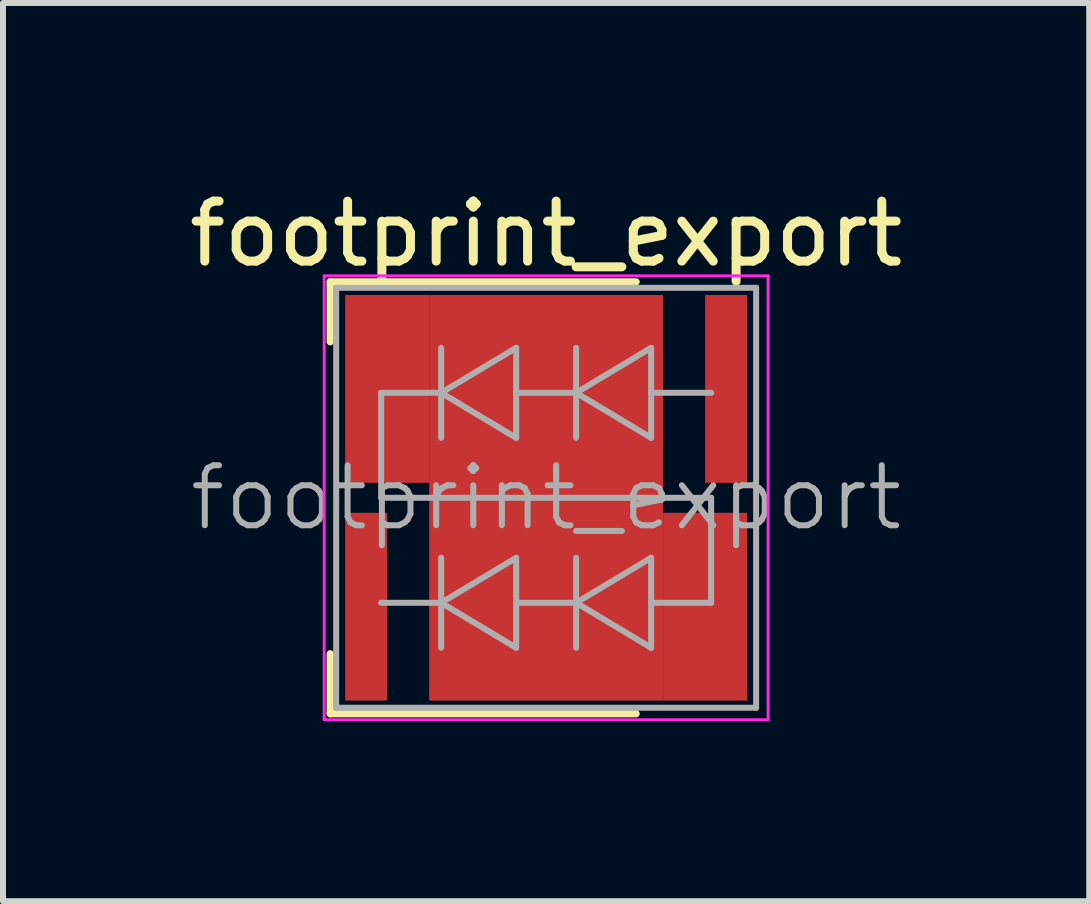
<source format=kicad_pcb>
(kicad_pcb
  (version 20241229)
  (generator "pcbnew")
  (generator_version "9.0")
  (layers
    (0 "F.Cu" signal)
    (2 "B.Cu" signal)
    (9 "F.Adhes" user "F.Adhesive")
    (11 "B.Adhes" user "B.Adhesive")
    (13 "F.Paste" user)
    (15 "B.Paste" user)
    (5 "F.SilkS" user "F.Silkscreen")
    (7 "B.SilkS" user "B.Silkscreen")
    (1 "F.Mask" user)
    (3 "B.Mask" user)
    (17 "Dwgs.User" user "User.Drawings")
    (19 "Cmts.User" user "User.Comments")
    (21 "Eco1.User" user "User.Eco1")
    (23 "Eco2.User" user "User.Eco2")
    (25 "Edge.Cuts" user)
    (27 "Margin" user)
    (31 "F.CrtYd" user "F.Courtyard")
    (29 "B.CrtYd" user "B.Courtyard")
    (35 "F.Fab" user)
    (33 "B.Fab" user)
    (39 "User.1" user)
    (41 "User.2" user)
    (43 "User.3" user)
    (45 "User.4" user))
  (footprint "footprint_export"
    (layer "F.Cu")
    (at 6.054 5.248)
    (property "Reference" "footprint_export" (at 0 -4.4 0) (layer "F.SilkS") (effects (font (size 1 1) (thickness 0.15))))
    (attr smd)
    (fp_line (start -3.6 -3.6) (end -3.6 -2.6) (stroke (width 0.12) (type solid)) (layer "F.SilkS"))
    (fp_line (start -3.6 3.6) (end -3.6 2.6) (stroke (width 0.12) (type solid)) (layer "F.SilkS"))
    (fp_line (start 1.5 -3.6) (end -3.6 -3.6) (stroke (width 0.12) (type solid)) (layer "F.SilkS"))
    (fp_line (start 1.5 3.6) (end -3.6 3.6) (stroke (width 0.12) (type solid)) (layer "F.SilkS"))
    (fp_line (start -3.7 -3.7) (end -3.7 3.7) (stroke (width 0.05) (type solid)) (layer "F.CrtYd"))
    (fp_line (start -3.7 3.7) (end 3.7 3.7) (stroke (width 0.05) (type solid)) (layer "F.CrtYd"))
    (fp_line (start 3.7 -3.7) (end -3.7 -3.7) (stroke (width 0.05) (type solid)) (layer "F.CrtYd"))
    (fp_line (start 3.7 3.7) (end 3.7 -3.7) (stroke (width 0.05) (type solid)) (layer "F.CrtYd"))
    (fp_line (start -3.5 -3.5) (end -3.5 3.5) (stroke (width 0.1) (type solid)) (layer "F.Fab"))
    (fp_line (start -3.5 3.5) (end 3.5 3.5) (stroke (width 0.1) (type solid)) (layer "F.Fab"))
    (fp_line (start -2.75 -1.75) (end -2.75 0) (stroke (width 0.1) (type solid)) (layer "F.Fab"))
    (fp_line (start -2.75 -1.75) (end -1.75 -1.75) (stroke (width 0.1) (type solid)) (layer "F.Fab"))
    (fp_line (start -2.75 0) (end 2.75 0) (stroke (width 0.1) (type solid)) (layer "F.Fab"))
    (fp_line (start -2.75 1.75) (end -1.75 1.75) (stroke (width 0.1) (type solid)) (layer "F.Fab"))
    (fp_line (start -1.75 -1.75) (end -1.75 -2.5) (stroke (width 0.1) (type solid)) (layer "F.Fab"))
    (fp_line (start -1.75 -1.75) (end -1.75 -1) (stroke (width 0.1) (type solid)) (layer "F.Fab"))
    (fp_line (start -1.75 -1.75) (end -0.5 -1) (stroke (width 0.1) (type solid)) (layer "F.Fab"))
    (fp_line (start -1.75 1.75) (end -1.75 1) (stroke (width 0.1) (type solid)) (layer "F.Fab"))
    (fp_line (start -1.75 1.75) (end -1.75 2.5) (stroke (width 0.1) (type solid)) (layer "F.Fab"))
    (fp_line (start -1.75 1.75) (end -0.5 2.5) (stroke (width 0.1) (type solid)) (layer "F.Fab"))
    (fp_line (start -0.5 -2.5) (end -1.75 -1.75) (stroke (width 0.1) (type solid)) (layer "F.Fab"))
    (fp_line (start -0.5 -1.75) (end 0.5 -1.75) (stroke (width 0.1) (type solid)) (layer "F.Fab"))
    (fp_line (start -0.5 -1) (end -0.5 -2.5) (stroke (width 0.1) (type solid)) (layer "F.Fab"))
    (fp_line (start -0.5 1) (end -1.75 1.75) (stroke (width 0.1) (type solid)) (layer "F.Fab"))
    (fp_line (start -0.5 1.75) (end 0.5 1.75) (stroke (width 0.1) (type solid)) (layer "F.Fab"))
    (fp_line (start -0.5 2.5) (end -0.5 1) (stroke (width 0.1) (type solid)) (layer "F.Fab"))
    (fp_line (start 0.5 -2.5) (end 0.5 -1) (stroke (width 0.1) (type solid)) (layer "F.Fab"))
    (fp_line (start 0.5 -1.75) (end 1.75 -2.5) (stroke (width 0.1) (type solid)) (layer "F.Fab"))
    (fp_line (start 0.5 1) (end 0.5 2.5) (stroke (width 0.1) (type solid)) (layer "F.Fab"))
    (fp_line (start 0.5 1.75) (end 1.75 1) (stroke (width 0.1) (type solid)) (layer "F.Fab"))
    (fp_line (start 1.75 -1.75) (end 1.75 -2.5) (stroke (width 0.1) (type solid)) (layer "F.Fab"))
    (fp_line (start 1.75 -1.75) (end 1.75 -1) (stroke (width 0.1) (type solid)) (layer "F.Fab"))
    (fp_line (start 1.75 -1) (end 0.5 -1.75) (stroke (width 0.1) (type solid)) (layer "F.Fab"))
    (fp_line (start 1.75 1.75) (end 1.75 1) (stroke (width 0.1) (type solid)) (layer "F.Fab"))
    (fp_line (start 1.75 1.75) (end 1.75 2.5) (stroke (width 0.1) (type solid)) (layer "F.Fab"))
    (fp_line (start 1.75 2.5) (end 0.5 1.75) (stroke (width 0.1) (type solid)) (layer "F.Fab"))
    (fp_line (start 2.75 -1.75) (end 1.75 -1.75) (stroke (width 0.1) (type solid)) (layer "F.Fab"))
    (fp_line (start 2.75 0) (end 2.75 1.75) (stroke (width 0.1) (type solid)) (layer "F.Fab"))
    (fp_line (start 2.75 1.75) (end 1.75 1.75) (stroke (width 0.1) (type solid)) (layer "F.Fab"))
    (fp_line (start 3.5 -3.5) (end -3.5 -3.5) (stroke (width 0.1) (type solid)) (layer "F.Fab"))
    (fp_line (start 3.5 3.5) (end 3.5 -3.5) (stroke (width 0.1) (type solid)) (layer "F.Fab"))
    (fp_text user "${REFERENCE}" (at 0 0 0) (layer "F.Fab") (effects (font (size 1 1) (thickness 0.1))))
    (pad "" smd rect (at -3 -1.815) (size 0.7 3.13) (layers "F.Paste"))
    (pad "" smd rect (at -0.77 -2.31) (size 1.29 1.29) (layers "F.Paste"))
    (pad "" smd rect (at -0.77 -0.77) (size 1.29 1.29) (layers "F.Paste"))
    (pad "" smd rect (at -0.77 0.77) (size 1.29 1.29) (layers "F.Paste"))
    (pad "" smd rect (at -0.77 2.31) (size 1.29 1.29) (layers "F.Paste"))
    (pad "" smd rect (at 0.77 -2.31) (size 1.29 1.29) (layers "F.Paste"))
    (pad "" smd rect (at 0.77 -0.77) (size 1.29 1.29) (layers "F.Paste"))
    (pad "" smd rect (at 0.77 0.77) (size 1.29 1.29) (layers "F.Paste"))
    (pad "" smd rect (at 0.77 2.31) (size 1.29 1.29) (layers "F.Paste"))
    (pad "" smd rect (at 3 1.815) (size 0.7 3.13) (layers "F.Paste"))
    (pad "1" smd rect (at -3 1.815) (size 0.7 3.13) (layers "F.Cu" "F.Mask" "F.Paste"))
    (pad "2" smd rect (at 3 -1.815) (size 0.7 3.13) (layers "F.Cu" "F.Mask" "F.Paste"))
    (pad "3" smd rect (at -2.65 -1.815) (size 1.4 3.13) (layers "F.Cu" "F.Mask"))
    (pad "3" smd rect (at 0 0) (size 3.9 6.76) (layers "F.Cu" "F.Mask"))
    (pad "3" smd rect (at 2.65 1.815) (size 1.4 3.13) (layers "F.Cu" "F.Mask")))
  (gr_rect
    (start -3 -3)
    (end 15.107 11.973)
    (stroke (width 0.1) (type default))
    (fill no)
    (layer "Edge.Cuts")))
</source>
